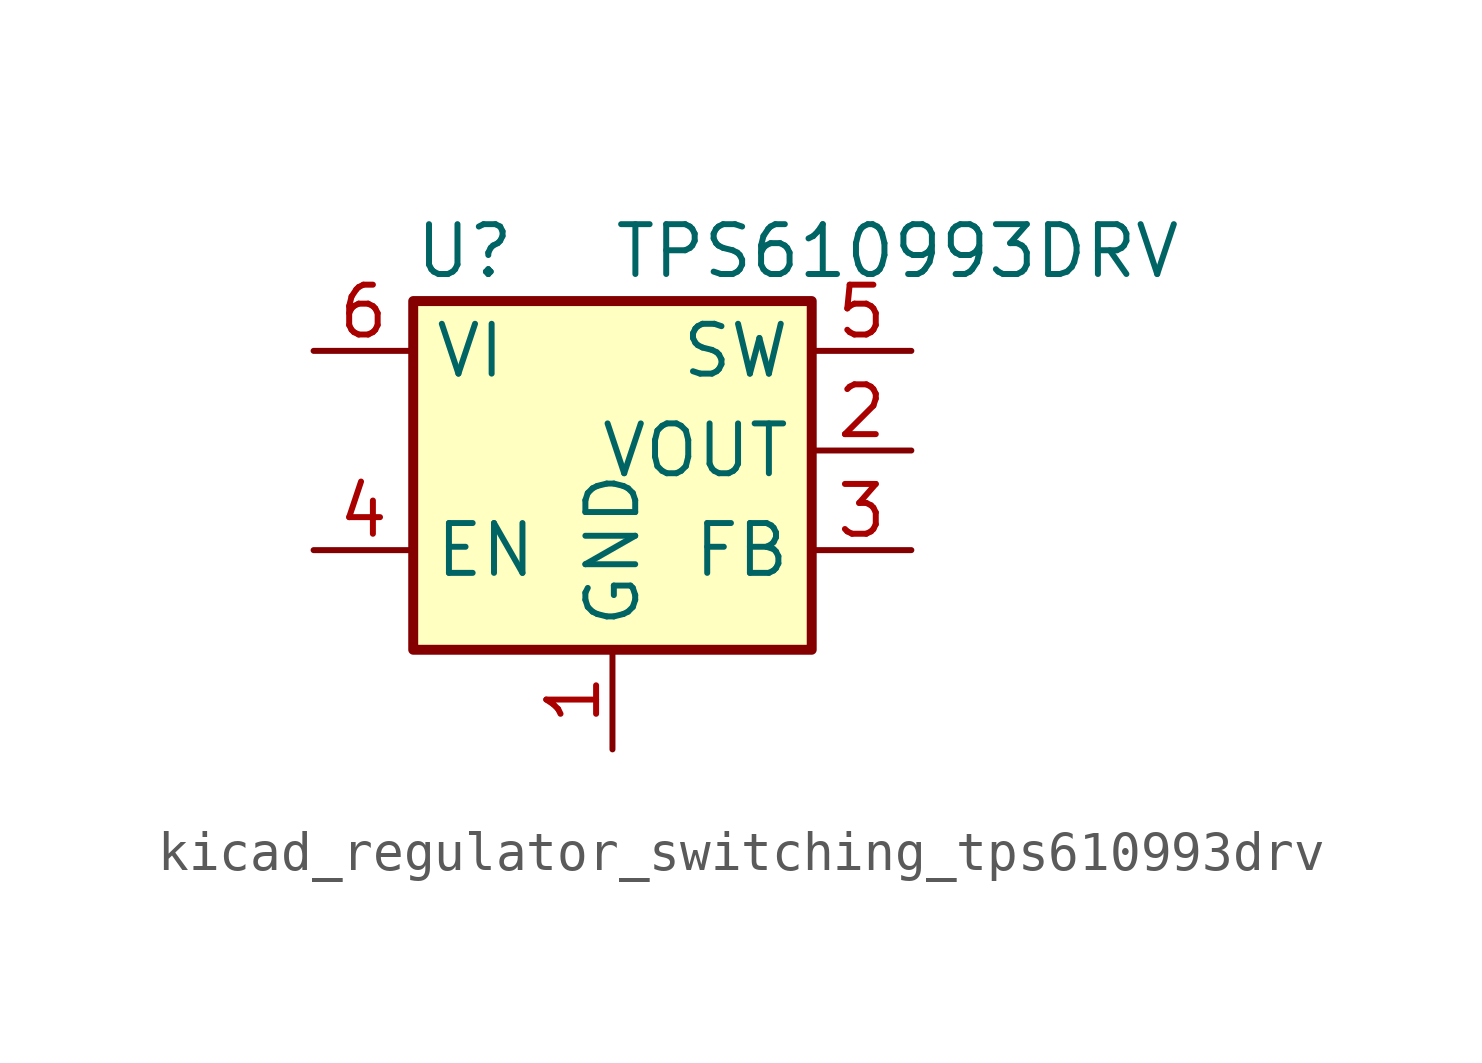
<source format=kicad_sym>
(kicad_symbol_lib
  (version 20220914)
  (generator kicad_symbol_editor)
  (symbol "kicad_regulator_switching_tps610993drv"
    (property "Reference" "U"
      (at -5.08 7.62 0)
      (effects (font (size 1.27 1.27)) (justify left)))
    (property "Value" "TPS610993DRV"
      (at 0 7.62 0)
      (effects (font (size 1.27 1.27)) (justify left)))
    (symbol "kicad_regulator_switching_tps610993drv_0_1"
      (rectangle (start -5.08 6.35) (end 5.08 -2.54) (stroke (width 0.254) (type default)) (fill (type background))))
    (symbol "kicad_regulator_switching_tps610993drv_1_1"
      (pin power_in line (at 0 -5.08 90) (length 2.54) (name "GND" (effects (font (size 1.27 1.27)))) (number "1" (effects (font (size 1.27 1.27)))))
      (pin power_out line (at 7.62 2.54 180) (length 2.54) (name "VOUT" (effects (font (size 1.27 1.27)))) (number "2" (effects (font (size 1.27 1.27)))))
      (pin passive line (at 7.62 0 180) (length 2.54) (name "FB" (effects (font (size 1.27 1.27)))) (number "3" (effects (font (size 1.27 1.27)))))
      (pin input line (at -7.62 0 0) (length 2.54) (name "EN" (effects (font (size 1.27 1.27)))) (number "4" (effects (font (size 1.27 1.27)))))
      (pin power_in line (at 7.62 5.08 180) (length 2.54) (name "SW" (effects (font (size 1.27 1.27)))) (number "5" (effects (font (size 1.27 1.27)))))
      (pin power_in line (at -7.62 5.08 0) (length 2.54) (name "VI" (effects (font (size 1.27 1.27)))) (number "6" (effects (font (size 1.27 1.27)))))
      (pin passive line (at 0 -5.08 90) (length 2.54) hide (name "GND" (effects (font (size 1.27 1.27)))) (number "7" (effects (font (size 1.27 1.27))))))))
</source>
